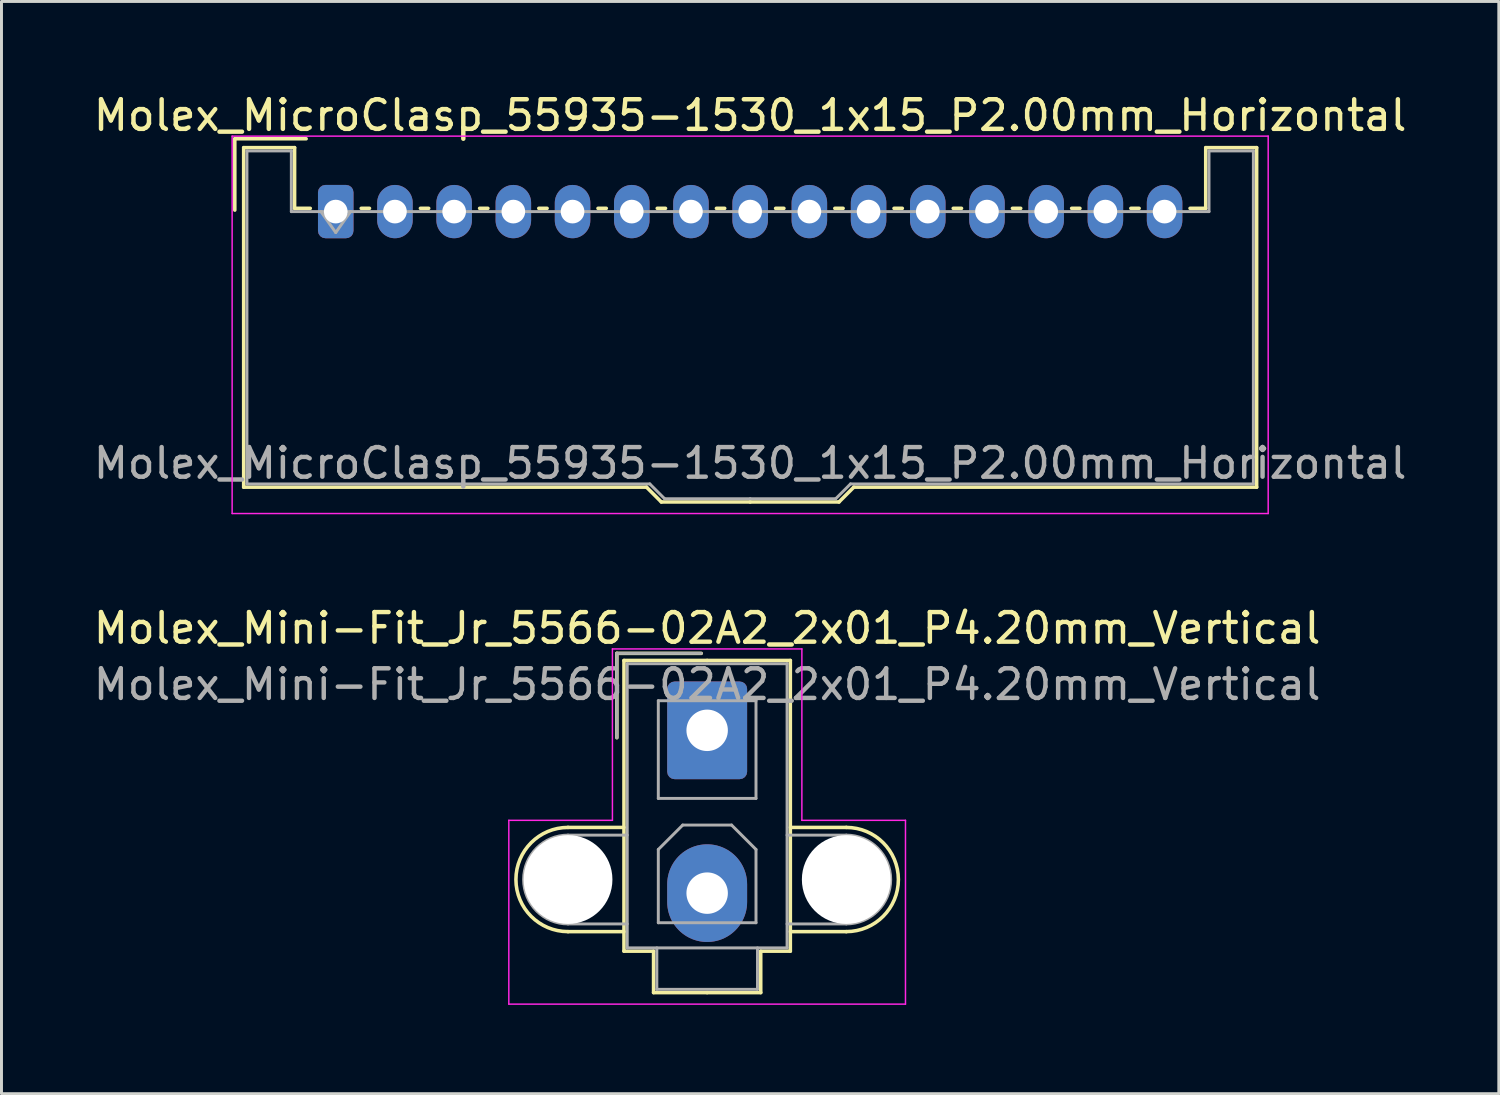
<source format=kicad_pcb>
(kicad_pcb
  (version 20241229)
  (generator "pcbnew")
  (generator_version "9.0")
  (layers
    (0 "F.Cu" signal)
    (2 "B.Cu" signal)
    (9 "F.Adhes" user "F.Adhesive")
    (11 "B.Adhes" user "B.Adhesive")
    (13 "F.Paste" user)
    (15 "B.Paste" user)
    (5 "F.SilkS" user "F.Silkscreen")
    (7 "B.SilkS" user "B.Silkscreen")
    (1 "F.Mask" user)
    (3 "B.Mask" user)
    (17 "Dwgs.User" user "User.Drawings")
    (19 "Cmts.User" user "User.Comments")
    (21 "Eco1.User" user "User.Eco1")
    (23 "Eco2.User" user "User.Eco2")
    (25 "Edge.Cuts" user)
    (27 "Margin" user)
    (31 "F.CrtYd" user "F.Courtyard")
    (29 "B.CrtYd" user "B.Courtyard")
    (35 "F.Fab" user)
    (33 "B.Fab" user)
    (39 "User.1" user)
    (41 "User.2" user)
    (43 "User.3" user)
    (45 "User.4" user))
  (footprint "Molex_Mini-Fit_Jr_5566-02A2_2x01_P4.20mm_Vertical"
    (layer "F.Cu")
    (at 20.839 21.622)
    (property "Reference" "Molex_Mini-Fit_Jr_5566-02A2_2x01_P4.20mm_Vertical" (at 0 -3.45 0) (layer "F.SilkS") (effects (font (size 1 1) (thickness 0.15))))
    (attr through_hole)
    (fp_line (start -4.7 3.28) (end -2.81 3.28) (stroke (width 0.12) (type solid)) (layer "F.SilkS"))
    (fp_line (start -4.7 6.8) (end -2.81 6.8) (stroke (width 0.12) (type solid)) (layer "F.SilkS"))
    (fp_line (start -3.05 -2.6) (end -3.05 0.25) (stroke (width 0.12) (type solid)) (layer "F.SilkS"))
    (fp_line (start -2.81 -2.36) (end -2.81 7.46) (stroke (width 0.12) (type solid)) (layer "F.SilkS"))
    (fp_line (start -2.81 7.46) (end -1.81 7.46) (stroke (width 0.12) (type solid)) (layer "F.SilkS"))
    (fp_line (start -1.81 7.46) (end -1.81 8.86) (stroke (width 0.12) (type solid)) (layer "F.SilkS"))
    (fp_line (start -1.81 8.86) (end 0 8.86) (stroke (width 0.12) (type solid)) (layer "F.SilkS"))
    (fp_line (start -0.2 -2.6) (end -3.05 -2.6) (stroke (width 0.12) (type solid)) (layer "F.SilkS"))
    (fp_line (start 0 -2.36) (end -2.81 -2.36) (stroke (width 0.12) (type solid)) (layer "F.SilkS"))
    (fp_line (start 0 -2.36) (end 2.81 -2.36) (stroke (width 0.12) (type solid)) (layer "F.SilkS"))
    (fp_line (start 1.81 7.46) (end 1.81 8.86) (stroke (width 0.12) (type solid)) (layer "F.SilkS"))
    (fp_line (start 1.81 8.86) (end 0 8.86) (stroke (width 0.12) (type solid)) (layer "F.SilkS"))
    (fp_line (start 2.81 -2.36) (end 2.81 7.46) (stroke (width 0.12) (type solid)) (layer "F.SilkS"))
    (fp_line (start 2.81 7.46) (end 1.81 7.46) (stroke (width 0.12) (type solid)) (layer "F.SilkS"))
    (fp_line (start 4.7 3.28) (end 2.81 3.28) (stroke (width 0.12) (type solid)) (layer "F.SilkS"))
    (fp_line (start 4.7 6.8) (end 2.81 6.8) (stroke (width 0.12) (type solid)) (layer "F.SilkS"))
    (fp_arc (start -4.7 6.8) (mid -6.46 5.04) (end -4.7 3.28) (stroke (width 0.12) (type solid)) (layer "F.SilkS"))
    (fp_arc (start 4.7 3.28) (mid 6.46 5.04) (end 4.7 6.8) (stroke (width 0.12) (type solid)) (layer "F.SilkS"))
    (fp_line (start -6.7 3.04) (end -6.7 9.25) (stroke (width 0.05) (type solid)) (layer "F.CrtYd"))
    (fp_line (start -6.7 9.25) (end 6.7 9.25) (stroke (width 0.05) (type solid)) (layer "F.CrtYd"))
    (fp_line (start -3.2 -2.75) (end -3.2 3.04) (stroke (width 0.05) (type solid)) (layer "F.CrtYd"))
    (fp_line (start -3.2 3.04) (end -6.7 3.04) (stroke (width 0.05) (type solid)) (layer "F.CrtYd"))
    (fp_line (start 3.2 -2.75) (end -3.2 -2.75) (stroke (width 0.05) (type solid)) (layer "F.CrtYd"))
    (fp_line (start 3.2 3.04) (end 3.2 -2.75) (stroke (width 0.05) (type solid)) (layer "F.CrtYd"))
    (fp_line (start 6.7 3.04) (end 3.2 3.04) (stroke (width 0.05) (type solid)) (layer "F.CrtYd"))
    (fp_line (start 6.7 9.25) (end 6.7 3.04) (stroke (width 0.05) (type solid)) (layer "F.CrtYd"))
    (fp_line (start -4.7 3.54) (end -2.7 3.54) (stroke (width 0.1) (type solid)) (layer "F.Fab"))
    (fp_line (start -4.7 6.54) (end -2.7 6.54) (stroke (width 0.1) (type solid)) (layer "F.Fab"))
    (fp_line (start -3.05 -2.6) (end -3.05 0.25) (stroke (width 0.1) (type solid)) (layer "F.Fab"))
    (fp_line (start -2.7 -2.25) (end -2.7 7.35) (stroke (width 0.1) (type solid)) (layer "F.Fab"))
    (fp_line (start -2.7 7.35) (end 2.7 7.35) (stroke (width 0.1) (type solid)) (layer "F.Fab"))
    (fp_line (start -1.7 7.35) (end -1.7 8.75) (stroke (width 0.1) (type solid)) (layer "F.Fab"))
    (fp_line (start -1.7 8.75) (end 1.7 8.75) (stroke (width 0.1) (type solid)) (layer "F.Fab"))
    (fp_line (start -1.65 -1) (end -1.65 2.3) (stroke (width 0.1) (type solid)) (layer "F.Fab"))
    (fp_line (start -1.65 2.3) (end 1.65 2.3) (stroke (width 0.1) (type solid)) (layer "F.Fab"))
    (fp_line (start -1.65 4.025) (end -0.825 3.2) (stroke (width 0.1) (type solid)) (layer "F.Fab"))
    (fp_line (start -1.65 6.5) (end -1.65 4.025) (stroke (width 0.1) (type solid)) (layer "F.Fab"))
    (fp_line (start -0.825 3.2) (end 0.825 3.2) (stroke (width 0.1) (type solid)) (layer "F.Fab"))
    (fp_line (start -0.2 -2.6) (end -3.05 -2.6) (stroke (width 0.1) (type solid)) (layer "F.Fab"))
    (fp_line (start 0.825 3.2) (end 1.65 4.025) (stroke (width 0.1) (type solid)) (layer "F.Fab"))
    (fp_line (start 1.65 -1) (end -1.65 -1) (stroke (width 0.1) (type solid)) (layer "F.Fab"))
    (fp_line (start 1.65 2.3) (end 1.65 -1) (stroke (width 0.1) (type solid)) (layer "F.Fab"))
    (fp_line (start 1.65 4.025) (end 1.65 6.5) (stroke (width 0.1) (type solid)) (layer "F.Fab"))
    (fp_line (start 1.65 6.5) (end -1.65 6.5) (stroke (width 0.1) (type solid)) (layer "F.Fab"))
    (fp_line (start 1.7 8.75) (end 1.7 7.35) (stroke (width 0.1) (type solid)) (layer "F.Fab"))
    (fp_line (start 2.7 -2.25) (end -2.7 -2.25) (stroke (width 0.1) (type solid)) (layer "F.Fab"))
    (fp_line (start 2.7 7.35) (end 2.7 -2.25) (stroke (width 0.1) (type solid)) (layer "F.Fab"))
    (fp_line (start 4.7 3.54) (end 2.7 3.54) (stroke (width 0.1) (type solid)) (layer "F.Fab"))
    (fp_line (start 4.7 6.54) (end 2.7 6.54) (stroke (width 0.1) (type solid)) (layer "F.Fab"))
    (fp_arc (start -4.7 6.54) (mid -6.2 5.04) (end -4.7 3.54) (stroke (width 0.1) (type solid)) (layer "F.Fab"))
    (fp_arc (start 4.7 3.54) (mid 6.2 5.04) (end 4.7 6.54) (stroke (width 0.1) (type solid)) (layer "F.Fab"))
    (fp_text user "${REFERENCE}" (at 0 -1.55 0) (layer "F.Fab") (effects (font (size 1 1) (thickness 0.15))))
    (pad "" np_thru_hole circle (at -4.7 5.04) (size 3 3) (drill 3) (layers "*.Cu" "*.Mask"))
    (pad "" np_thru_hole circle (at 4.7 5.04) (size 3 3) (drill 3) (layers "*.Cu" "*.Mask"))
    (pad "1" thru_hole roundrect (at 0 0) (size 2.7 3.3) (drill 1.4) (layers "*.Cu" "*.Mask") (roundrect_rratio 0.093))
    (pad "2" thru_hole oval (at 0 5.5) (size 2.7 3.3) (drill 1.4) (layers "*.Cu" "*.Mask")))
  (footprint "Molex_MicroClasp_55935-1530_1x15_P2.00mm_Horizontal"
    (layer "F.Cu")
    (at 8.292 4.098)
    (property "Reference" "Molex_MicroClasp_55935-1530_1x15_P2.00mm_Horizontal" (at 14 -3.25 0) (layer "F.SilkS") (effects (font (size 1 1) (thickness 0.15))))
    (attr through_hole)
    (fp_line (start -3.41 -2.46) (end -1 -2.46) (stroke (width 0.12) (type solid)) (layer "F.SilkS"))
    (fp_line (start -3.41 -0.05) (end -3.41 -2.46) (stroke (width 0.12) (type solid)) (layer "F.SilkS"))
    (fp_line (start -3.11 -2.16) (end -1.39 -2.16) (stroke (width 0.12) (type solid)) (layer "F.SilkS"))
    (fp_line (start -3.11 9.31) (end -3.11 -2.16) (stroke (width 0.12) (type solid)) (layer "F.SilkS"))
    (fp_line (start -1.39 -2.16) (end -1.39 -0.11) (stroke (width 0.12) (type solid)) (layer "F.SilkS"))
    (fp_line (start -1.39 -0.11) (end -0.86 -0.11) (stroke (width 0.12) (type solid)) (layer "F.SilkS"))
    (fp_line (start 0.86 -0.11) (end 1.14 -0.11) (stroke (width 0.12) (type solid)) (layer "F.SilkS"))
    (fp_line (start 2.86 -0.11) (end 3.14 -0.11) (stroke (width 0.12) (type solid)) (layer "F.SilkS"))
    (fp_line (start 4.86 -0.11) (end 5.14 -0.11) (stroke (width 0.12) (type solid)) (layer "F.SilkS"))
    (fp_line (start 6.86 -0.11) (end 7.14 -0.11) (stroke (width 0.12) (type solid)) (layer "F.SilkS"))
    (fp_line (start 8.86 -0.11) (end 9.14 -0.11) (stroke (width 0.12) (type solid)) (layer "F.SilkS"))
    (fp_line (start 10.5 9.31) (end -3.11 9.31) (stroke (width 0.12) (type solid)) (layer "F.SilkS"))
    (fp_line (start 10.86 -0.11) (end 11.14 -0.11) (stroke (width 0.12) (type solid)) (layer "F.SilkS"))
    (fp_line (start 11 9.81) (end 10.5 9.31) (stroke (width 0.12) (type solid)) (layer "F.SilkS"))
    (fp_line (start 12.86 -0.11) (end 13.14 -0.11) (stroke (width 0.12) (type solid)) (layer "F.SilkS"))
    (fp_line (start 14 9.81) (end 11 9.81) (stroke (width 0.12) (type solid)) (layer "F.SilkS"))
    (fp_line (start 14 9.81) (end 17 9.81) (stroke (width 0.12) (type solid)) (layer "F.SilkS"))
    (fp_line (start 14.86 -0.11) (end 15.14 -0.11) (stroke (width 0.12) (type solid)) (layer "F.SilkS"))
    (fp_line (start 16.86 -0.11) (end 17.14 -0.11) (stroke (width 0.12) (type solid)) (layer "F.SilkS"))
    (fp_line (start 17 9.81) (end 17.5 9.31) (stroke (width 0.12) (type solid)) (layer "F.SilkS"))
    (fp_line (start 17.5 9.31) (end 31.11 9.31) (stroke (width 0.12) (type solid)) (layer "F.SilkS"))
    (fp_line (start 18.86 -0.11) (end 19.14 -0.11) (stroke (width 0.12) (type solid)) (layer "F.SilkS"))
    (fp_line (start 20.86 -0.11) (end 21.14 -0.11) (stroke (width 0.12) (type solid)) (layer "F.SilkS"))
    (fp_line (start 22.86 -0.11) (end 23.14 -0.11) (stroke (width 0.12) (type solid)) (layer "F.SilkS"))
    (fp_line (start 24.86 -0.11) (end 25.14 -0.11) (stroke (width 0.12) (type solid)) (layer "F.SilkS"))
    (fp_line (start 26.86 -0.11) (end 27.14 -0.11) (stroke (width 0.12) (type solid)) (layer "F.SilkS"))
    (fp_line (start 29.39 -2.16) (end 29.39 -0.11) (stroke (width 0.12) (type solid)) (layer "F.SilkS"))
    (fp_line (start 29.39 -0.11) (end 28.86 -0.11) (stroke (width 0.12) (type solid)) (layer "F.SilkS"))
    (fp_line (start 31.11 -2.16) (end 29.39 -2.16) (stroke (width 0.12) (type solid)) (layer "F.SilkS"))
    (fp_line (start 31.11 9.31) (end 31.11 -2.16) (stroke (width 0.12) (type solid)) (layer "F.SilkS"))
    (fp_line (start -3.5 -2.55) (end -3.5 10.2) (stroke (width 0.05) (type solid)) (layer "F.CrtYd"))
    (fp_line (start -3.5 10.2) (end 31.5 10.2) (stroke (width 0.05) (type solid)) (layer "F.CrtYd"))
    (fp_line (start 31.5 -2.55) (end -3.5 -2.55) (stroke (width 0.05) (type solid)) (layer "F.CrtYd"))
    (fp_line (start 31.5 10.2) (end 31.5 -2.55) (stroke (width 0.05) (type solid)) (layer "F.CrtYd"))
    (fp_line (start -3 -2.05) (end -1.5 -2.05) (stroke (width 0.1) (type solid)) (layer "F.Fab"))
    (fp_line (start -3 9.2) (end -3 -2.05) (stroke (width 0.1) (type solid)) (layer "F.Fab"))
    (fp_line (start -1.5 -2.05) (end -1.5 0) (stroke (width 0.1) (type solid)) (layer "F.Fab"))
    (fp_line (start -1.5 0) (end 14 0) (stroke (width 0.1) (type solid)) (layer "F.Fab"))
    (fp_line (start -0.5 0) (end 0 0.707) (stroke (width 0.1) (type solid)) (layer "F.Fab"))
    (fp_line (start 0 0.707) (end 0.5 0) (stroke (width 0.1) (type solid)) (layer "F.Fab"))
    (fp_line (start 10.61 9.2) (end -3 9.2) (stroke (width 0.1) (type solid)) (layer "F.Fab"))
    (fp_line (start 11.11 9.7) (end 10.61 9.2) (stroke (width 0.1) (type solid)) (layer "F.Fab"))
    (fp_line (start 14 9.7) (end 11.11 9.7) (stroke (width 0.1) (type solid)) (layer "F.Fab"))
    (fp_line (start 14 9.7) (end 16.89 9.7) (stroke (width 0.1) (type solid)) (layer "F.Fab"))
    (fp_line (start 16.89 9.7) (end 17.39 9.2) (stroke (width 0.1) (type solid)) (layer "F.Fab"))
    (fp_line (start 17.39 9.2) (end 31 9.2) (stroke (width 0.1) (type solid)) (layer "F.Fab"))
    (fp_line (start 29.5 -2.05) (end 29.5 0) (stroke (width 0.1) (type solid)) (layer "F.Fab"))
    (fp_line (start 29.5 0) (end 14 0) (stroke (width 0.1) (type solid)) (layer "F.Fab"))
    (fp_line (start 31 -2.05) (end 29.5 -2.05) (stroke (width 0.1) (type solid)) (layer "F.Fab"))
    (fp_line (start 31 9.2) (end 31 -2.05) (stroke (width 0.1) (type solid)) (layer "F.Fab"))
    (fp_text user "${REFERENCE}" (at 14 8.5 0) (layer "F.Fab") (effects (font (size 1 1) (thickness 0.15))))
    (pad "1" thru_hole roundrect (at 0 0) (size 1.2 1.8) (drill 0.8) (layers "*.Cu" "*.Mask") (roundrect_rratio 0.208))
    (pad "2" thru_hole oval (at 2 0) (size 1.2 1.8) (drill 0.8) (layers "*.Cu" "*.Mask"))
    (pad "3" thru_hole oval (at 4 0) (size 1.2 1.8) (drill 0.8) (layers "*.Cu" "*.Mask"))
    (pad "4" thru_hole oval (at 6 0) (size 1.2 1.8) (drill 0.8) (layers "*.Cu" "*.Mask"))
    (pad "5" thru_hole oval (at 8 0) (size 1.2 1.8) (drill 0.8) (layers "*.Cu" "*.Mask"))
    (pad "6" thru_hole oval (at 10 0) (size 1.2 1.8) (drill 0.8) (layers "*.Cu" "*.Mask"))
    (pad "7" thru_hole oval (at 12 0) (size 1.2 1.8) (drill 0.8) (layers "*.Cu" "*.Mask"))
    (pad "8" thru_hole oval (at 14 0) (size 1.2 1.8) (drill 0.8) (layers "*.Cu" "*.Mask"))
    (pad "9" thru_hole oval (at 16 0) (size 1.2 1.8) (drill 0.8) (layers "*.Cu" "*.Mask"))
    (pad "10" thru_hole oval (at 18 0) (size 1.2 1.8) (drill 0.8) (layers "*.Cu" "*.Mask"))
    (pad "11" thru_hole oval (at 20 0) (size 1.2 1.8) (drill 0.8) (layers "*.Cu" "*.Mask"))
    (pad "12" thru_hole oval (at 22 0) (size 1.2 1.8) (drill 0.8) (layers "*.Cu" "*.Mask"))
    (pad "13" thru_hole oval (at 24 0) (size 1.2 1.8) (drill 0.8) (layers "*.Cu" "*.Mask"))
    (pad "14" thru_hole oval (at 26 0) (size 1.2 1.8) (drill 0.8) (layers "*.Cu" "*.Mask"))
    (pad "15" thru_hole oval (at 28 0) (size 1.2 1.8) (drill 0.8) (layers "*.Cu" "*.Mask")))
  (gr_rect
    (start -3 -3)
    (end 47.583 33.897)
    (stroke (width 0.1) (type default))
    (fill no)
    (layer "Edge.Cuts")))
</source>
